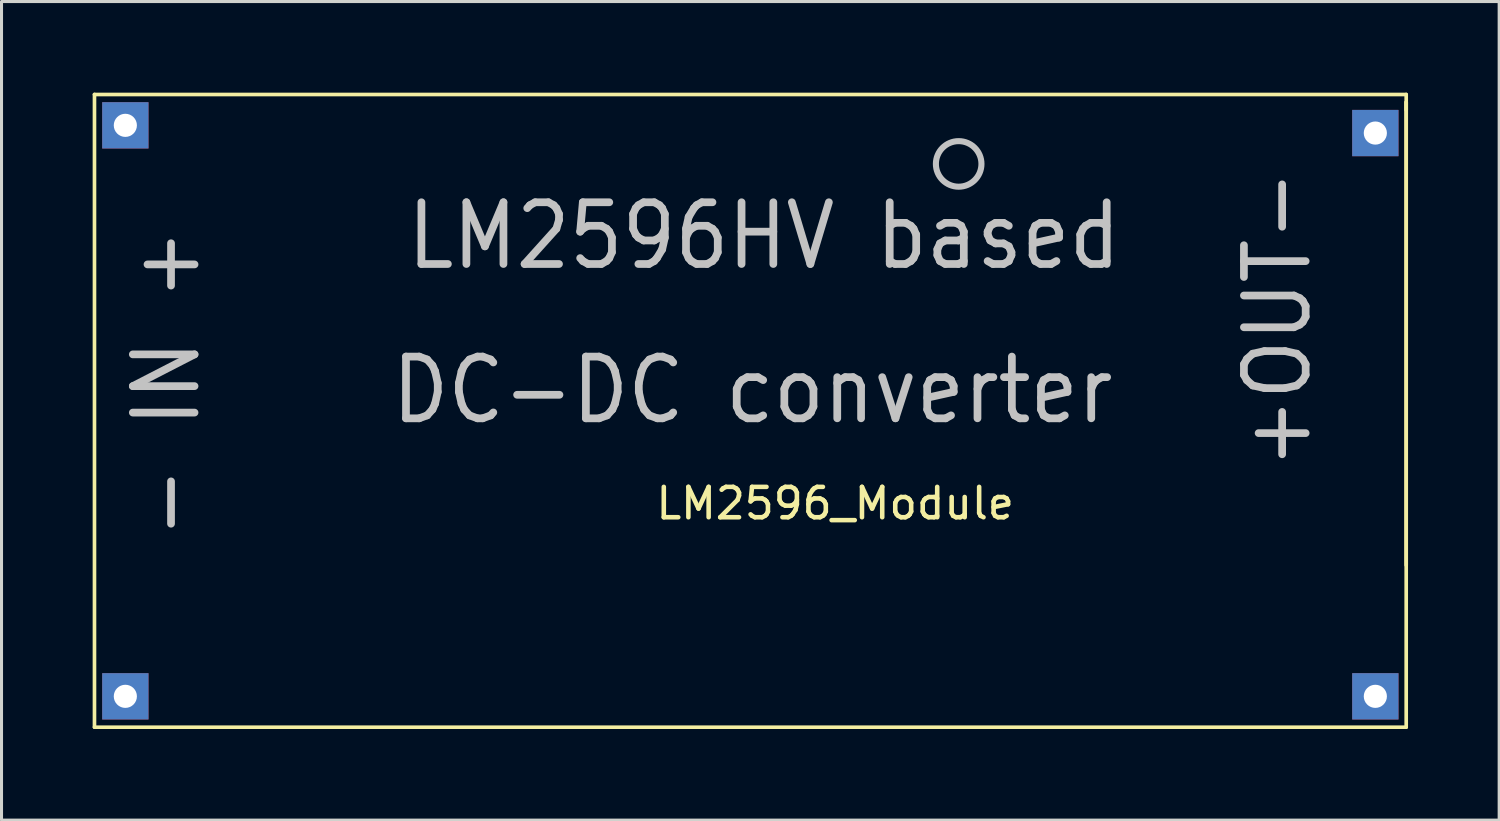
<source format=kicad_pcb>
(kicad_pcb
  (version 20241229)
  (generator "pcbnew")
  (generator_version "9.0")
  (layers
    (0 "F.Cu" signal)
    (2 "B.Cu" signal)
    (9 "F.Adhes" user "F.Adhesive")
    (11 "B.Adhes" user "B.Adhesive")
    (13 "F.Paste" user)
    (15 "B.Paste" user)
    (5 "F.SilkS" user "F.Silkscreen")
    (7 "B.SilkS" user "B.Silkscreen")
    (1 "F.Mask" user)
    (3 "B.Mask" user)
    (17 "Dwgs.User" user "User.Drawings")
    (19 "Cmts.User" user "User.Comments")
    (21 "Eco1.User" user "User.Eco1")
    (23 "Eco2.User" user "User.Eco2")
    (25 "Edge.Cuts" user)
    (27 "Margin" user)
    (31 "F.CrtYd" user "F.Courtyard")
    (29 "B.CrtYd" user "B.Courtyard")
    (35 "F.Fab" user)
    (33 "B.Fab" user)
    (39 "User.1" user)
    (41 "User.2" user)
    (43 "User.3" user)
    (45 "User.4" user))
  (footprint "LM2596_Module"
    (layer "F.Cu")
    (at 18.856 7.68)
    (property "Reference" "LM2596_Module" (at 5.588 5.842 0) (layer "F.SilkS") (effects (font (size 1 1) (thickness 0.15))))
    (attr through_hole)
    (fp_line (start -18.796 -7.62) (end 24.384 -7.62) (stroke (width 0.12) (type solid)) (layer "F.SilkS"))
    (fp_line (start -18.796 13.208) (end -18.796 -7.62) (stroke (width 0.12) (type solid)) (layer "F.SilkS"))
    (fp_line (start 24.384 -7.62) (end 24.384 -7.112) (stroke (width 0.12) (type solid)) (layer "F.SilkS"))
    (fp_line (start 24.384 -7.366) (end 24.384 7.874) (stroke (width 0.12) (type solid)) (layer "F.SilkS"))
    (fp_line (start 24.384 -7.366) (end 24.384 13.208) (stroke (width 0.12) (type solid)) (layer "F.SilkS"))
    (fp_line (start 24.384 13.208) (end -18.796 13.208) (stroke (width 0.12) (type solid)) (layer "F.SilkS"))
    (fp_circle (center 9.652 -5.334) (end 10.402 -5.334) (stroke (width 0.2) (type solid)) (fill no) (layer "Dwgs.User"))
    (fp_text user "- IN +" (at -15.24 7.112 90) (layer "Dwgs.User") (effects (font (size 2.032 1.829) (thickness 0.254)) (justify left bottom)))
    (fp_text user "LM2596HV based" (at -8.636 -1.778 0) (layer "Dwgs.User") (effects (font (size 2.032 1.829) (thickness 0.254)) (justify left bottom)))
    (fp_text user "DC-DC converter" (at -9.144 3.302 0) (layer "Dwgs.User") (effects (font (size 2.032 1.829) (thickness 0.254)) (justify left bottom)))
    (fp_text user "+OUT-" (at 21.336 4.826 270) (layer "Dwgs.User") (effects (font (size 2.032 1.829) (thickness 0.254)) (justify left bottom)))
    (pad "1" thru_hole rect (at -17.78 12.192) (size 1.524 1.524) (drill 0.762) (layers "*.Cu" "*.Mask"))
    (pad "2" thru_hole rect (at -17.78 -6.604) (size 1.524 1.524) (drill 0.762) (layers "*.Cu" "*.Mask"))
    (pad "3" thru_hole rect (at 23.368 12.192) (size 1.524 1.524) (drill 0.762) (layers "*.Cu" "*.Mask"))
    (pad "4" thru_hole rect (at 23.368 -6.35) (size 1.524 1.524) (drill 0.762) (layers "*.Cu" "*.Mask")))
  (gr_rect
    (start -3 -3)
    (end 46.3 23.948)
    (stroke (width 0.1) (type default))
    (fill no)
    (layer "Edge.Cuts")))
</source>
